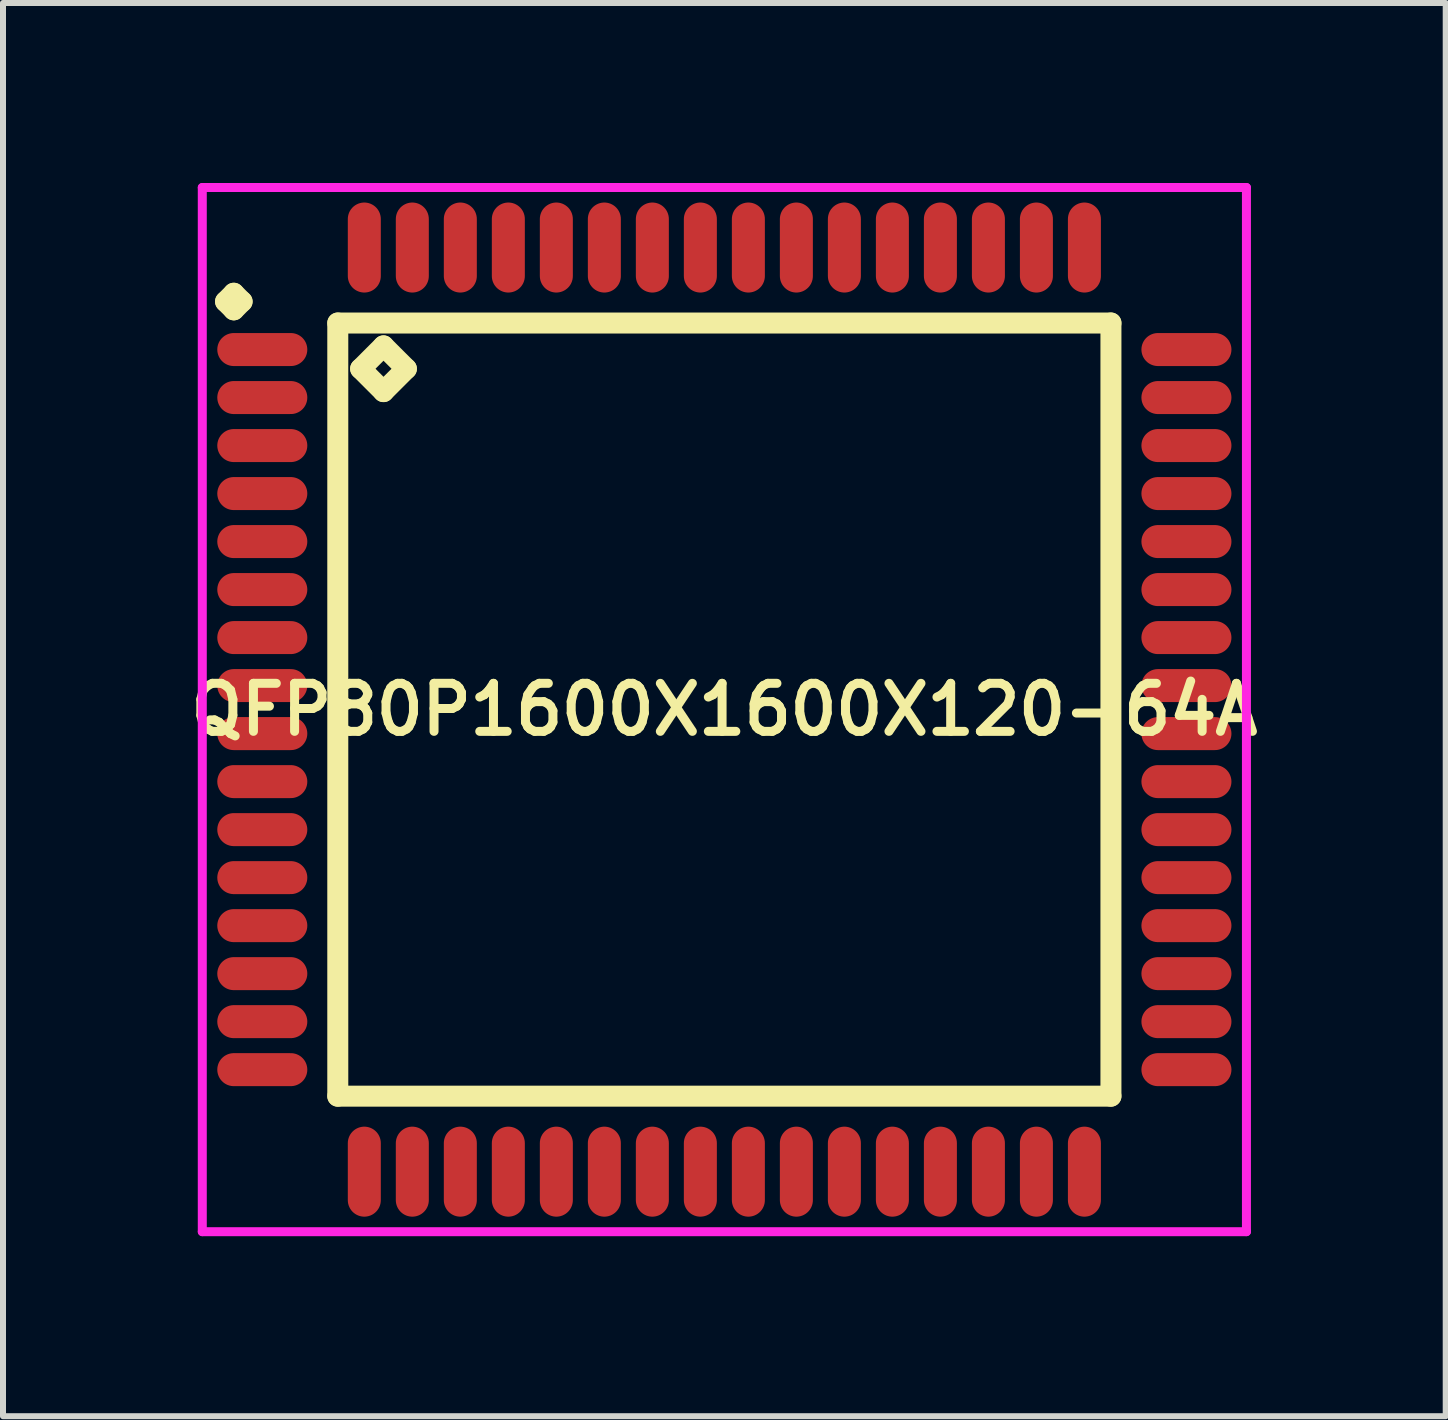
<source format=kicad_pcb>
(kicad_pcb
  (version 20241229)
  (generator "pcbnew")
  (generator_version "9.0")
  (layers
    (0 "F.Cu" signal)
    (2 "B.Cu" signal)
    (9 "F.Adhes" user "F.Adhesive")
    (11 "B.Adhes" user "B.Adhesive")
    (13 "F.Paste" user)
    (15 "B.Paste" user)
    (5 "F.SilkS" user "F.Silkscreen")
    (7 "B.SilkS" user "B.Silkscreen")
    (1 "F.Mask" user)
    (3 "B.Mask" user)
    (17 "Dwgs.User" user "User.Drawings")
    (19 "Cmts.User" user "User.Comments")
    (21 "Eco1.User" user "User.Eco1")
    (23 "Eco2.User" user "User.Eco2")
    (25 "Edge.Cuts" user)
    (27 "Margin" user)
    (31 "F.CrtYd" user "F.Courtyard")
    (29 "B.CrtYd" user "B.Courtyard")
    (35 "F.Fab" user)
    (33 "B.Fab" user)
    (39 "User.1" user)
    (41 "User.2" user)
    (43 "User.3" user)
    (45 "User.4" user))
  (footprint "QFP80P1600X1600X120-64A"
    (layer "F.Cu")
    (at 9.021 8.775)
    (property "Reference" "QFP80P1600X1600X120-64A" (at 0 0 0) (layer "F.SilkS") (effects (font (size 0.8 0.8) (thickness 0.15))))
    (attr smd)
    (fp_line (start -8.312 -6.8) (end -8.175 -6.938) (stroke (width 0.35) (type solid)) (layer "F.SilkS"))
    (fp_line (start -8.175 -6.938) (end -8.037 -6.8) (stroke (width 0.35) (type solid)) (layer "F.SilkS"))
    (fp_line (start -8.175 -6.662) (end -8.312 -6.8) (stroke (width 0.35) (type solid)) (layer "F.SilkS"))
    (fp_line (start -8.037 -6.8) (end -8.175 -6.662) (stroke (width 0.35) (type solid)) (layer "F.SilkS"))
    (fp_line (start -6.442 -6.442) (end -6.442 6.442) (stroke (width 0.35) (type solid)) (layer "F.SilkS"))
    (fp_line (start -6.442 6.442) (end 6.442 6.442) (stroke (width 0.35) (type solid)) (layer "F.SilkS"))
    (fp_line (start -6.061 -5.68) (end -5.68 -6.061) (stroke (width 0.35) (type solid)) (layer "F.SilkS"))
    (fp_line (start -5.68 -6.061) (end -5.299 -5.68) (stroke (width 0.35) (type solid)) (layer "F.SilkS"))
    (fp_line (start -5.68 -5.299) (end -6.061 -5.68) (stroke (width 0.35) (type solid)) (layer "F.SilkS"))
    (fp_line (start -5.299 -5.68) (end -5.68 -5.299) (stroke (width 0.35) (type solid)) (layer "F.SilkS"))
    (fp_line (start 6.442 -6.442) (end -6.442 -6.442) (stroke (width 0.35) (type solid)) (layer "F.SilkS"))
    (fp_line (start 6.442 6.442) (end 6.442 -6.442) (stroke (width 0.35) (type solid)) (layer "F.SilkS"))
    (fp_line (start -8.7 -8.7) (end 8.7 -8.7) (stroke (width 0.15) (type solid)) (layer "F.CrtYd"))
    (fp_line (start -8.7 8.7) (end -8.7 -8.7) (stroke (width 0.15) (type solid)) (layer "F.CrtYd"))
    (fp_line (start 8.7 -8.7) (end 8.7 8.7) (stroke (width 0.15) (type solid)) (layer "F.CrtYd"))
    (fp_line (start 8.7 8.7) (end -8.7 8.7) (stroke (width 0.15) (type solid)) (layer "F.CrtYd"))
    (pad "1" smd oval (at -7.7 -6) (size 1.5 0.55) (layers "F.Cu" "F.Mask" "F.Paste"))
    (pad "2" smd oval (at -7.7 -5.2) (size 1.5 0.55) (layers "F.Cu" "F.Mask" "F.Paste"))
    (pad "3" smd oval (at -7.7 -4.4) (size 1.5 0.55) (layers "F.Cu" "F.Mask" "F.Paste"))
    (pad "4" smd oval (at -7.7 -3.6) (size 1.5 0.55) (layers "F.Cu" "F.Mask" "F.Paste"))
    (pad "5" smd oval (at -7.7 -2.8) (size 1.5 0.55) (layers "F.Cu" "F.Mask" "F.Paste"))
    (pad "6" smd oval (at -7.7 -2) (size 1.5 0.55) (layers "F.Cu" "F.Mask" "F.Paste"))
    (pad "7" smd oval (at -7.7 -1.2) (size 1.5 0.55) (layers "F.Cu" "F.Mask" "F.Paste"))
    (pad "8" smd oval (at -7.7 -0.4) (size 1.5 0.55) (layers "F.Cu" "F.Mask" "F.Paste"))
    (pad "9" smd oval (at -7.7 0.4) (size 1.5 0.55) (layers "F.Cu" "F.Mask" "F.Paste"))
    (pad "10" smd oval (at -7.7 1.2) (size 1.5 0.55) (layers "F.Cu" "F.Mask" "F.Paste"))
    (pad "11" smd oval (at -7.7 2) (size 1.5 0.55) (layers "F.Cu" "F.Mask" "F.Paste"))
    (pad "12" smd oval (at -7.7 2.8) (size 1.5 0.55) (layers "F.Cu" "F.Mask" "F.Paste"))
    (pad "13" smd oval (at -7.7 3.6) (size 1.5 0.55) (layers "F.Cu" "F.Mask" "F.Paste"))
    (pad "14" smd oval (at -7.7 4.4) (size 1.5 0.55) (layers "F.Cu" "F.Mask" "F.Paste"))
    (pad "15" smd oval (at -7.7 5.2) (size 1.5 0.55) (layers "F.Cu" "F.Mask" "F.Paste"))
    (pad "16" smd oval (at -7.7 6) (size 1.5 0.55) (layers "F.Cu" "F.Mask" "F.Paste"))
    (pad "17" smd oval (at -6 7.7) (size 0.55 1.5) (layers "F.Cu" "F.Mask" "F.Paste"))
    (pad "18" smd oval (at -5.2 7.7) (size 0.55 1.5) (layers "F.Cu" "F.Mask" "F.Paste"))
    (pad "19" smd oval (at -4.4 7.7) (size 0.55 1.5) (layers "F.Cu" "F.Mask" "F.Paste"))
    (pad "20" smd oval (at -3.6 7.7) (size 0.55 1.5) (layers "F.Cu" "F.Mask" "F.Paste"))
    (pad "21" smd oval (at -2.8 7.7) (size 0.55 1.5) (layers "F.Cu" "F.Mask" "F.Paste"))
    (pad "22" smd oval (at -2 7.7) (size 0.55 1.5) (layers "F.Cu" "F.Mask" "F.Paste"))
    (pad "23" smd oval (at -1.2 7.7) (size 0.55 1.5) (layers "F.Cu" "F.Mask" "F.Paste"))
    (pad "24" smd oval (at -0.4 7.7) (size 0.55 1.5) (layers "F.Cu" "F.Mask" "F.Paste"))
    (pad "25" smd oval (at 0.4 7.7) (size 0.55 1.5) (layers "F.Cu" "F.Mask" "F.Paste"))
    (pad "26" smd oval (at 1.2 7.7) (size 0.55 1.5) (layers "F.Cu" "F.Mask" "F.Paste"))
    (pad "27" smd oval (at 2 7.7) (size 0.55 1.5) (layers "F.Cu" "F.Mask" "F.Paste"))
    (pad "28" smd oval (at 2.8 7.7) (size 0.55 1.5) (layers "F.Cu" "F.Mask" "F.Paste"))
    (pad "29" smd oval (at 3.6 7.7) (size 0.55 1.5) (layers "F.Cu" "F.Mask" "F.Paste"))
    (pad "30" smd oval (at 4.4 7.7) (size 0.55 1.5) (layers "F.Cu" "F.Mask" "F.Paste"))
    (pad "31" smd oval (at 5.2 7.7) (size 0.55 1.5) (layers "F.Cu" "F.Mask" "F.Paste"))
    (pad "32" smd oval (at 6 7.7) (size 0.55 1.5) (layers "F.Cu" "F.Mask" "F.Paste"))
    (pad "33" smd oval (at 7.7 6) (size 1.5 0.55) (layers "F.Cu" "F.Mask" "F.Paste"))
    (pad "34" smd oval (at 7.7 5.2) (size 1.5 0.55) (layers "F.Cu" "F.Mask" "F.Paste"))
    (pad "35" smd oval (at 7.7 4.4) (size 1.5 0.55) (layers "F.Cu" "F.Mask" "F.Paste"))
    (pad "36" smd oval (at 7.7 3.6) (size 1.5 0.55) (layers "F.Cu" "F.Mask" "F.Paste"))
    (pad "37" smd oval (at 7.7 2.8) (size 1.5 0.55) (layers "F.Cu" "F.Mask" "F.Paste"))
    (pad "38" smd oval (at 7.7 2) (size 1.5 0.55) (layers "F.Cu" "F.Mask" "F.Paste"))
    (pad "39" smd oval (at 7.7 1.2) (size 1.5 0.55) (layers "F.Cu" "F.Mask" "F.Paste"))
    (pad "40" smd oval (at 7.7 0.4) (size 1.5 0.55) (layers "F.Cu" "F.Mask" "F.Paste"))
    (pad "41" smd oval (at 7.7 -0.4) (size 1.5 0.55) (layers "F.Cu" "F.Mask" "F.Paste"))
    (pad "42" smd oval (at 7.7 -1.2) (size 1.5 0.55) (layers "F.Cu" "F.Mask" "F.Paste"))
    (pad "43" smd oval (at 7.7 -2) (size 1.5 0.55) (layers "F.Cu" "F.Mask" "F.Paste"))
    (pad "44" smd oval (at 7.7 -2.8) (size 1.5 0.55) (layers "F.Cu" "F.Mask" "F.Paste"))
    (pad "45" smd oval (at 7.7 -3.6) (size 1.5 0.55) (layers "F.Cu" "F.Mask" "F.Paste"))
    (pad "46" smd oval (at 7.7 -4.4) (size 1.5 0.55) (layers "F.Cu" "F.Mask" "F.Paste"))
    (pad "47" smd oval (at 7.7 -5.2) (size 1.5 0.55) (layers "F.Cu" "F.Mask" "F.Paste"))
    (pad "48" smd oval (at 7.7 -6) (size 1.5 0.55) (layers "F.Cu" "F.Mask" "F.Paste"))
    (pad "49" smd oval (at 6 -7.7) (size 0.55 1.5) (layers "F.Cu" "F.Mask" "F.Paste"))
    (pad "50" smd oval (at 5.2 -7.7) (size 0.55 1.5) (layers "F.Cu" "F.Mask" "F.Paste"))
    (pad "51" smd oval (at 4.4 -7.7) (size 0.55 1.5) (layers "F.Cu" "F.Mask" "F.Paste"))
    (pad "52" smd oval (at 3.6 -7.7) (size 0.55 1.5) (layers "F.Cu" "F.Mask" "F.Paste"))
    (pad "53" smd oval (at 2.8 -7.7) (size 0.55 1.5) (layers "F.Cu" "F.Mask" "F.Paste"))
    (pad "54" smd oval (at 2 -7.7) (size 0.55 1.5) (layers "F.Cu" "F.Mask" "F.Paste"))
    (pad "55" smd oval (at 1.2 -7.7) (size 0.55 1.5) (layers "F.Cu" "F.Mask" "F.Paste"))
    (pad "56" smd oval (at 0.4 -7.7) (size 0.55 1.5) (layers "F.Cu" "F.Mask" "F.Paste"))
    (pad "57" smd oval (at -0.4 -7.7) (size 0.55 1.5) (layers "F.Cu" "F.Mask" "F.Paste"))
    (pad "58" smd oval (at -1.2 -7.7) (size 0.55 1.5) (layers "F.Cu" "F.Mask" "F.Paste"))
    (pad "59" smd oval (at -2 -7.7) (size 0.55 1.5) (layers "F.Cu" "F.Mask" "F.Paste"))
    (pad "60" smd oval (at -2.8 -7.7) (size 0.55 1.5) (layers "F.Cu" "F.Mask" "F.Paste"))
    (pad "61" smd oval (at -3.6 -7.7) (size 0.55 1.5) (layers "F.Cu" "F.Mask" "F.Paste"))
    (pad "62" smd oval (at -4.4 -7.7) (size 0.55 1.5) (layers "F.Cu" "F.Mask" "F.Paste"))
    (pad "63" smd oval (at -5.2 -7.7) (size 0.55 1.5) (layers "F.Cu" "F.Mask" "F.Paste"))
    (pad "64" smd oval (at -6 -7.7) (size 0.55 1.5) (layers "F.Cu" "F.Mask" "F.Paste")))
  (gr_rect
    (start -3 -3)
    (end 21.042 20.55)
    (stroke (width 0.1) (type default))
    (fill no)
    (layer "Edge.Cuts")))
</source>
